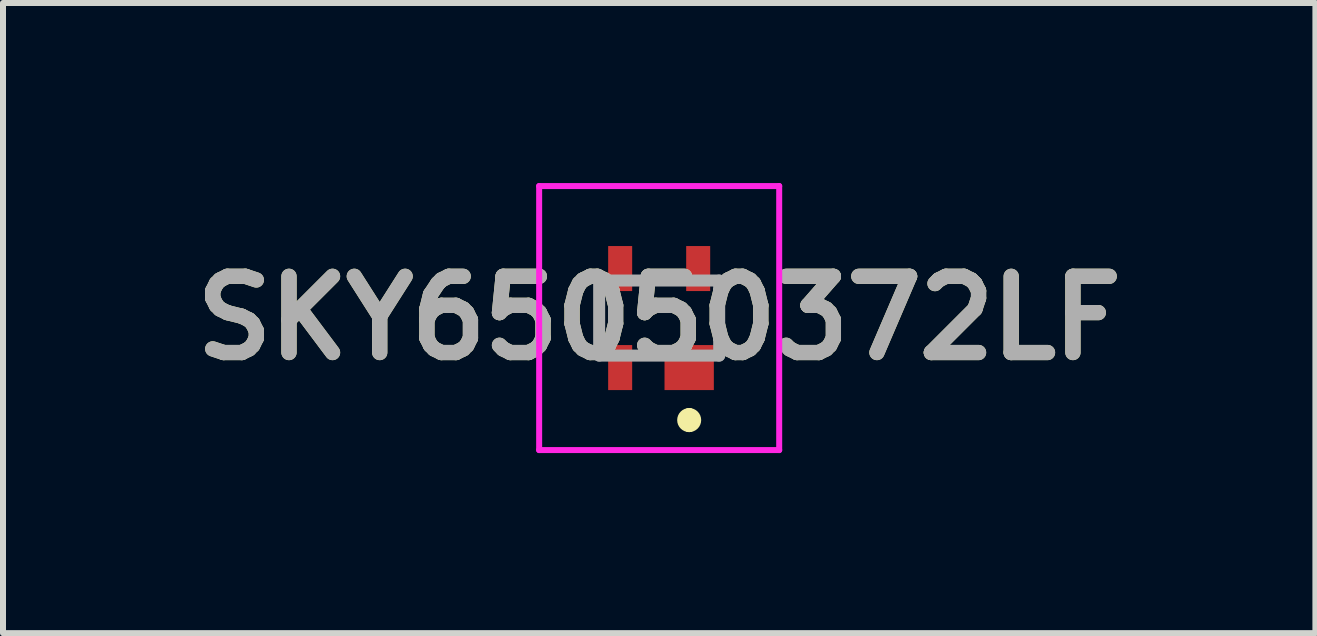
<source format=kicad_pcb>
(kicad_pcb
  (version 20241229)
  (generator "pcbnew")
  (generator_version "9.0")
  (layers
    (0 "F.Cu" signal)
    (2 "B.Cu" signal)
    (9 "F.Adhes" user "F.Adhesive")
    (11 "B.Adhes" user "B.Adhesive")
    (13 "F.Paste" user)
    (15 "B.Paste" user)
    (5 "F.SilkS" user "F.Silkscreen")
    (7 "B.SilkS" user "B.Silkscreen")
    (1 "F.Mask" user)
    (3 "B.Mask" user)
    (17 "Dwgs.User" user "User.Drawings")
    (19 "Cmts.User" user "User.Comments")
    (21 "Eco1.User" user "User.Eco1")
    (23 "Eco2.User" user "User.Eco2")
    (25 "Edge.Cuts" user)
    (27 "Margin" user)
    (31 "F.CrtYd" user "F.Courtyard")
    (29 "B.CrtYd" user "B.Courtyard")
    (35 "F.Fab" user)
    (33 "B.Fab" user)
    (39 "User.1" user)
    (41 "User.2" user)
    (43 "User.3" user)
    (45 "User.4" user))
  (footprint "SKY65050372LF"
    (layer "F.Cu")
    (at 7.934 2.25)
    (property "Reference" "SKY65050372LF" (at 0 0 0) (layer "F.SilkS") (effects (font (size 1.27 1.27) (thickness 0.254))))
    (attr smd)
    (fp_line (start -1 0.25) (end -1 -0.25) (stroke (width 0.1) (type solid)) (layer "F.SilkS"))
    (fp_line (start 0.5 1.6) (end 0.5 1.6) (stroke (width 0.2) (type solid)) (layer "F.SilkS"))
    (fp_line (start 0.5 1.8) (end 0.5 1.8) (stroke (width 0.2) (type solid)) (layer "F.SilkS"))
    (fp_line (start 1 0.25) (end 1 -0.25) (stroke (width 0.1) (type solid)) (layer "F.SilkS"))
    (fp_arc (start 0.5 1.6) (mid 0.6 1.7) (end 0.5 1.8) (stroke (width 0.2) (type solid)) (layer "F.SilkS"))
    (fp_arc (start 0.5 1.8) (mid 0.4 1.7) (end 0.5 1.6) (stroke (width 0.2) (type solid)) (layer "F.SilkS"))
    (fp_line (start -2 -2.2) (end 2 -2.2) (stroke (width 0.1) (type solid)) (layer "F.CrtYd"))
    (fp_line (start -2 2.2) (end -2 -2.2) (stroke (width 0.1) (type solid)) (layer "F.CrtYd"))
    (fp_line (start 2 -2.2) (end 2 2.2) (stroke (width 0.1) (type solid)) (layer "F.CrtYd"))
    (fp_line (start 2 2.2) (end -2 2.2) (stroke (width 0.1) (type solid)) (layer "F.CrtYd"))
    (fp_line (start -1 -0.625) (end 1 -0.625) (stroke (width 0.2) (type solid)) (layer "F.Fab"))
    (fp_line (start -1 0.625) (end -1 -0.625) (stroke (width 0.2) (type solid)) (layer "F.Fab"))
    (fp_line (start 1 -0.625) (end 1 0.625) (stroke (width 0.2) (type solid)) (layer "F.Fab"))
    (fp_line (start 1 0.625) (end -1 0.625) (stroke (width 0.2) (type solid)) (layer "F.Fab"))
    (fp_text user "${REFERENCE}" (at 0 0 0) (layer "F.Fab") (effects (font (size 1.27 1.27) (thickness 0.254))))
    (pad "1" smd rect (at 0.5 0.825 90) (size 0.75 0.822) (layers "F.Cu" "F.Mask" "F.Paste"))
    (pad "2" smd rect (at -0.65 0.825) (size 0.4 0.75) (layers "F.Cu" "F.Mask" "F.Paste"))
    (pad "3" smd rect (at -0.65 -0.825) (size 0.4 0.75) (layers "F.Cu" "F.Mask" "F.Paste"))
    (pad "4" smd rect (at 0.65 -0.825) (size 0.4 0.75) (layers "F.Cu" "F.Mask" "F.Paste")))
  (gr_rect
    (start -3 -3)
    (end 18.869 7.5)
    (stroke (width 0.1) (type default))
    (fill no)
    (layer "Edge.Cuts")))
</source>
